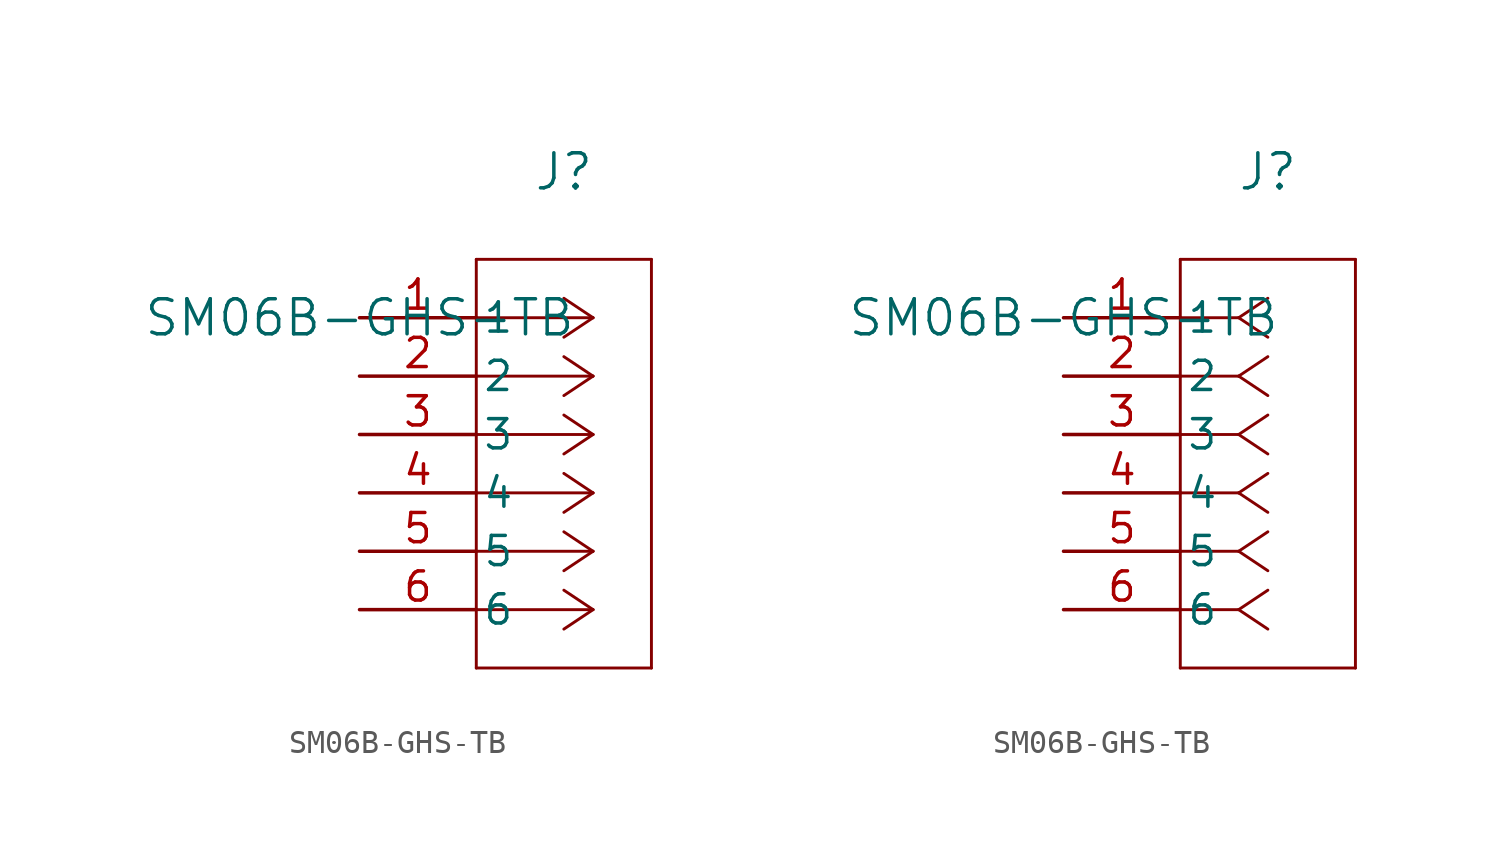
<source format=kicad_sym>
(kicad_symbol_lib
  (version 20211014)
  (generator kicad_symbol_editor)
  (symbol "SM06B-GHS-TB"
    (pin_names
      (offset 0.254))
    (property "Reference" "J"
      (at 8.89 6.35 0)
      (effects (font (size 1.524 1.524))))
    (property "Value" "SM06B-GHS-TB"
      (at 0 0 0)
      (effects (font (size 1.524 1.524))))
    (symbol "SM06B-GHS-TB_1_1"
      (polyline (pts (xy 10.16 0) (xy 5.08 0)) (stroke (width 0.127) (type default) (color 0 0 0 0)) (fill (type none)))
      (polyline (pts (xy 10.16 -2.54) (xy 5.08 -2.54)) (stroke (width 0.127) (type default) (color 0 0 0 0)) (fill (type none)))
      (polyline (pts (xy 10.16 -5.08) (xy 5.08 -5.08)) (stroke (width 0.127) (type default) (color 0 0 0 0)) (fill (type none)))
      (polyline (pts (xy 10.16 -7.62) (xy 5.08 -7.62)) (stroke (width 0.127) (type default) (color 0 0 0 0)) (fill (type none)))
      (polyline (pts (xy 10.16 -10.16) (xy 5.08 -10.16)) (stroke (width 0.127) (type default) (color 0 0 0 0)) (fill (type none)))
      (polyline (pts (xy 10.16 -12.7) (xy 5.08 -12.7)) (stroke (width 0.127) (type default) (color 0 0 0 0)) (fill (type none)))
      (polyline (pts (xy 10.16 0) (xy 8.89 0.847)) (stroke (width 0.127) (type default) (color 0 0 0 0)) (fill (type none)))
      (polyline (pts (xy 10.16 -2.54) (xy 8.89 -1.693)) (stroke (width 0.127) (type default) (color 0 0 0 0)) (fill (type none)))
      (polyline (pts (xy 10.16 -5.08) (xy 8.89 -4.233)) (stroke (width 0.127) (type default) (color 0 0 0 0)) (fill (type none)))
      (polyline (pts (xy 10.16 -7.62) (xy 8.89 -6.773)) (stroke (width 0.127) (type default) (color 0 0 0 0)) (fill (type none)))
      (polyline (pts (xy 10.16 -10.16) (xy 8.89 -9.313)) (stroke (width 0.127) (type default) (color 0 0 0 0)) (fill (type none)))
      (polyline (pts (xy 10.16 -12.7) (xy 8.89 -11.853)) (stroke (width 0.127) (type default) (color 0 0 0 0)) (fill (type none)))
      (polyline (pts (xy 10.16 0) (xy 8.89 -0.847)) (stroke (width 0.127) (type default) (color 0 0 0 0)) (fill (type none)))
      (polyline (pts (xy 10.16 -2.54) (xy 8.89 -3.387)) (stroke (width 0.127) (type default) (color 0 0 0 0)) (fill (type none)))
      (polyline (pts (xy 10.16 -5.08) (xy 8.89 -5.927)) (stroke (width 0.127) (type default) (color 0 0 0 0)) (fill (type none)))
      (polyline (pts (xy 10.16 -7.62) (xy 8.89 -8.467)) (stroke (width 0.127) (type default) (color 0 0 0 0)) (fill (type none)))
      (polyline (pts (xy 10.16 -10.16) (xy 8.89 -11.007)) (stroke (width 0.127) (type default) (color 0 0 0 0)) (fill (type none)))
      (polyline (pts (xy 10.16 -12.7) (xy 8.89 -13.547)) (stroke (width 0.127) (type default) (color 0 0 0 0)) (fill (type none)))
      (polyline (pts (xy 5.08 2.54) (xy 5.08 -15.24)) (stroke (width 0.127) (type default) (color 0 0 0 0)) (fill (type none)))
      (polyline (pts (xy 5.08 -15.24) (xy 12.7 -15.24)) (stroke (width 0.127) (type default) (color 0 0 0 0)) (fill (type none)))
      (polyline (pts (xy 12.7 -15.24) (xy 12.7 2.54)) (stroke (width 0.127) (type default) (color 0 0 0 0)) (fill (type none)))
      (polyline (pts (xy 12.7 2.54) (xy 5.08 2.54)) (stroke (width 0.127) (type default) (color 0 0 0 0)) (fill (type none)))
      (pin unspecified line (at 0 0 0) (length 5.08) (name "1" (effects (font (size 1.27 1.27)))) (number "1" (effects (font (size 1.27 1.27)))))
      (pin unspecified line (at 0 -2.54 0) (length 5.08) (name "2" (effects (font (size 1.27 1.27)))) (number "2" (effects (font (size 1.27 1.27)))))
      (pin unspecified line (at 0 -5.08 0) (length 5.08) (name "3" (effects (font (size 1.27 1.27)))) (number "3" (effects (font (size 1.27 1.27)))))
      (pin unspecified line (at 0 -7.62 0) (length 5.08) (name "4" (effects (font (size 1.27 1.27)))) (number "4" (effects (font (size 1.27 1.27)))))
      (pin unspecified line (at 0 -10.16 0) (length 5.08) (name "5" (effects (font (size 1.27 1.27)))) (number "5" (effects (font (size 1.27 1.27)))))
      (pin unspecified line (at 0 -12.7 0) (length 5.08) (name "6" (effects (font (size 1.27 1.27)))) (number "6" (effects (font (size 1.27 1.27))))))
    (symbol "SM06B-GHS-TB_1_2"
      (polyline (pts (xy 7.62 0) (xy 5.08 0)) (stroke (width 0.127) (type default) (color 0 0 0 0)) (fill (type none)))
      (polyline (pts (xy 7.62 -2.54) (xy 5.08 -2.54)) (stroke (width 0.127) (type default) (color 0 0 0 0)) (fill (type none)))
      (polyline (pts (xy 7.62 -5.08) (xy 5.08 -5.08)) (stroke (width 0.127) (type default) (color 0 0 0 0)) (fill (type none)))
      (polyline (pts (xy 7.62 -7.62) (xy 5.08 -7.62)) (stroke (width 0.127) (type default) (color 0 0 0 0)) (fill (type none)))
      (polyline (pts (xy 7.62 -10.16) (xy 5.08 -10.16)) (stroke (width 0.127) (type default) (color 0 0 0 0)) (fill (type none)))
      (polyline (pts (xy 7.62 -12.7) (xy 5.08 -12.7)) (stroke (width 0.127) (type default) (color 0 0 0 0)) (fill (type none)))
      (polyline (pts (xy 7.62 0) (xy 8.89 0.847)) (stroke (width 0.127) (type default) (color 0 0 0 0)) (fill (type none)))
      (polyline (pts (xy 7.62 -2.54) (xy 8.89 -1.693)) (stroke (width 0.127) (type default) (color 0 0 0 0)) (fill (type none)))
      (polyline (pts (xy 7.62 -5.08) (xy 8.89 -4.233)) (stroke (width 0.127) (type default) (color 0 0 0 0)) (fill (type none)))
      (polyline (pts (xy 7.62 -7.62) (xy 8.89 -6.773)) (stroke (width 0.127) (type default) (color 0 0 0 0)) (fill (type none)))
      (polyline (pts (xy 7.62 -10.16) (xy 8.89 -9.313)) (stroke (width 0.127) (type default) (color 0 0 0 0)) (fill (type none)))
      (polyline (pts (xy 7.62 -12.7) (xy 8.89 -11.853)) (stroke (width 0.127) (type default) (color 0 0 0 0)) (fill (type none)))
      (polyline (pts (xy 7.62 0) (xy 8.89 -0.847)) (stroke (width 0.127) (type default) (color 0 0 0 0)) (fill (type none)))
      (polyline (pts (xy 7.62 -2.54) (xy 8.89 -3.387)) (stroke (width 0.127) (type default) (color 0 0 0 0)) (fill (type none)))
      (polyline (pts (xy 7.62 -5.08) (xy 8.89 -5.927)) (stroke (width 0.127) (type default) (color 0 0 0 0)) (fill (type none)))
      (polyline (pts (xy 7.62 -7.62) (xy 8.89 -8.467)) (stroke (width 0.127) (type default) (color 0 0 0 0)) (fill (type none)))
      (polyline (pts (xy 7.62 -10.16) (xy 8.89 -11.007)) (stroke (width 0.127) (type default) (color 0 0 0 0)) (fill (type none)))
      (polyline (pts (xy 7.62 -12.7) (xy 8.89 -13.547)) (stroke (width 0.127) (type default) (color 0 0 0 0)) (fill (type none)))
      (polyline (pts (xy 5.08 2.54) (xy 5.08 -15.24)) (stroke (width 0.127) (type default) (color 0 0 0 0)) (fill (type none)))
      (polyline (pts (xy 5.08 -15.24) (xy 12.7 -15.24)) (stroke (width 0.127) (type default) (color 0 0 0 0)) (fill (type none)))
      (polyline (pts (xy 12.7 -15.24) (xy 12.7 2.54)) (stroke (width 0.127) (type default) (color 0 0 0 0)) (fill (type none)))
      (polyline (pts (xy 12.7 2.54) (xy 5.08 2.54)) (stroke (width 0.127) (type default) (color 0 0 0 0)) (fill (type none)))
      (pin unspecified line (at 0 0 0) (length 5.08) (name "1" (effects (font (size 1.27 1.27)))) (number "1" (effects (font (size 1.27 1.27)))))
      (pin unspecified line (at 0 -2.54 0) (length 5.08) (name "2" (effects (font (size 1.27 1.27)))) (number "2" (effects (font (size 1.27 1.27)))))
      (pin unspecified line (at 0 -5.08 0) (length 5.08) (name "3" (effects (font (size 1.27 1.27)))) (number "3" (effects (font (size 1.27 1.27)))))
      (pin unspecified line (at 0 -7.62 0) (length 5.08) (name "4" (effects (font (size 1.27 1.27)))) (number "4" (effects (font (size 1.27 1.27)))))
      (pin unspecified line (at 0 -10.16 0) (length 5.08) (name "5" (effects (font (size 1.27 1.27)))) (number "5" (effects (font (size 1.27 1.27)))))
      (pin unspecified line (at 0 -12.7 0) (length 5.08) (name "6" (effects (font (size 1.27 1.27)))) (number "6" (effects (font (size 1.27 1.27))))))))
</source>
